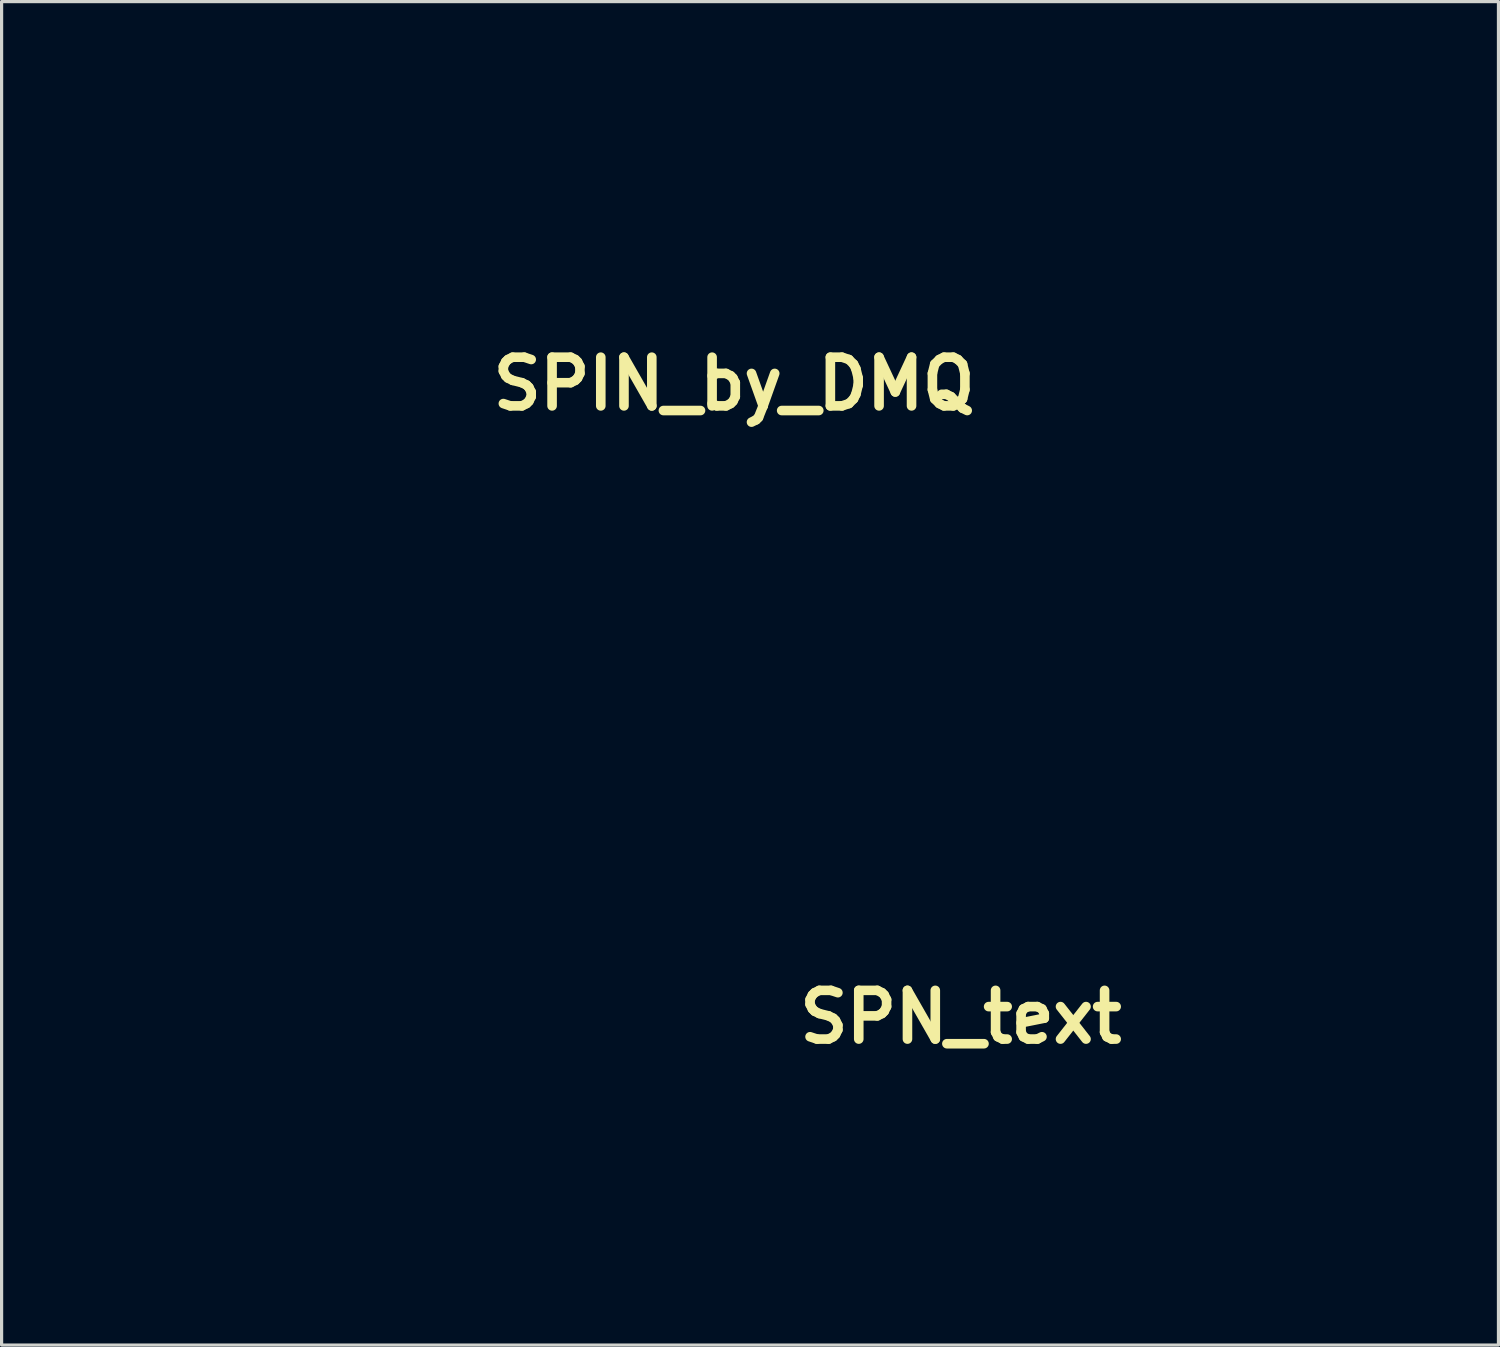
<source format=kicad_pcb>
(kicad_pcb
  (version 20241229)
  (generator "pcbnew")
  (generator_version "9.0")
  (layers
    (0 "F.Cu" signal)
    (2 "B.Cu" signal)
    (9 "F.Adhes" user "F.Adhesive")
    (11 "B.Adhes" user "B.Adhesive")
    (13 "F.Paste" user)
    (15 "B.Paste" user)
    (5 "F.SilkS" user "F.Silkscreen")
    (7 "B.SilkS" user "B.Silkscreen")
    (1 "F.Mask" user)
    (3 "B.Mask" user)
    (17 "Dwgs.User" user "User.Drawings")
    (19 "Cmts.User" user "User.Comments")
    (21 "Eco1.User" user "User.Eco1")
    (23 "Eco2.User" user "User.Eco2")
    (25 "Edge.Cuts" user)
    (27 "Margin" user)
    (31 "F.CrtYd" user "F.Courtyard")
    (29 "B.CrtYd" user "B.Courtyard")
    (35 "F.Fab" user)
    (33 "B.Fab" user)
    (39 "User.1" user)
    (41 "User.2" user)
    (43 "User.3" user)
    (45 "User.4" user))
  (footprint "SPN_text"
    (layer "F.Cu")
    (at 27.016 28.776)
    (property "Reference" "SPN_text" (at 0 0 0) (layer "F.SilkS") (effects (font (size 1.524 1.524) (thickness 0.3))))
    (attr through_hole)
    (fp_poly (pts (xy -24.005 1.998) (xy -24.027 -2.472) (xy -24.049 -6.943) (xy -27.011 -6.943) (xy -27.011 7.027) (xy -24.09 7.02) (xy -20.872 2.473) (xy -17.655 -2.074) (xy -17.633 2.477) (xy -17.611 7.027) (xy -14.649 7.027) (xy -14.649 -6.943) (xy -16.118 -6.943) (xy -17.587 -6.943) (xy -24.005 1.998)) (stroke (width 0.01) (type solid)) (fill no) (layer "Eco1.User"))
    (fp_poly (pts (xy -6.162 -6.923) (xy -6.943 -6.913) (xy -7.575 -6.903) (xy -8.078 -6.891) (xy -8.474 -6.876) (xy -8.781 -6.858) (xy -9.021 -6.834) (xy -9.214 -6.803) (xy -9.38 -6.764) (xy -9.54 -6.717) (xy -9.569 -6.707) (xy -10.348 -6.371) (xy -11.003 -5.923) (xy -11.528 -5.368) (xy -11.92 -4.712) (xy -12.174 -3.962) (xy -12.285 -3.125) (xy -12.29 -2.884) (xy -12.221 -1.966) (xy -12.016 -1.15) (xy -11.676 -0.433) (xy -11.198 0.184) (xy -10.582 0.705) (xy -9.827 1.129) (xy -9.031 1.43) (xy -8.635 1.527) (xy -8.211 1.592) (xy -7.931 1.609) (xy -7.549 1.619) (xy -7.114 1.642) (xy -6.839 1.664) (xy -6.267 1.718) (xy -6.267 7.027) (xy -3.304 7.027) (xy -3.304 -4.392) (xy -6.183 -4.392) (xy -6.183 -0.847) (xy -7.008 -0.849) (xy -7.471 -0.86) (xy -7.81 -0.897) (xy -8.069 -0.964) (xy -8.172 -1.007) (xy -8.608 -1.289) (xy -8.931 -1.66) (xy -9.139 -2.093) (xy -9.229 -2.557) (xy -9.199 -3.023) (xy -9.046 -3.463) (xy -8.767 -3.847) (xy -8.461 -4.088) (xy -8.038 -4.279) (xy -7.526 -4.412) (xy -6.997 -4.471) (xy -6.573 -4.451) (xy -6.183 -4.392) (xy -3.304 -4.392) (xy -3.304 -6.958) (xy -6.162 -6.923)) (stroke (width 0.01) (type solid)) (fill no) (layer "Eco1.User"))
    (fp_poly (pts (xy 2.034 -7.038) (xy 1.192 -6.802) (xy 0.409 -6.45) (xy -0.284 -5.987) (xy -0.338 -5.942) (xy -0.633 -5.695) (xy 0.286 -4.71) (xy 0.6 -4.376) (xy 0.873 -4.09) (xy 1.085 -3.874) (xy 1.215 -3.749) (xy 1.246 -3.725) (xy 1.334 -3.766) (xy 1.525 -3.873) (xy 1.774 -4.02) (xy 2.355 -4.347) (xy 2.841 -4.555) (xy 3.249 -4.649) (xy 3.601 -4.633) (xy 3.916 -4.512) (xy 3.952 -4.491) (xy 4.289 -4.194) (xy 4.511 -3.806) (xy 4.599 -3.37) (xy 4.556 -2.996) (xy 4.426 -2.683) (xy 4.206 -2.395) (xy 3.877 -2.117) (xy 3.421 -1.832) (xy 2.818 -1.526) (xy 2.796 -1.515) (xy 2.086 -1.176) (xy 1.512 -0.889) (xy 1.052 -0.64) (xy 0.686 -0.416) (xy 0.394 -0.202) (xy 0.154 0.015) (xy -0.055 0.248) (xy -0.249 0.507) (xy -0.591 1.059) (xy -0.811 1.585) (xy -0.927 2.146) (xy -0.958 2.794) (xy -0.938 3.318) (xy -0.878 3.735) (xy -0.778 4.085) (xy -0.423 4.833) (xy 0.067 5.504) (xy 0.67 6.087) (xy 1.365 6.567) (xy 2.129 6.931) (xy 2.939 7.166) (xy 3.774 7.259) (xy 4.443 7.222) (xy 4.967 7.112) (xy 5.554 6.919) (xy 6.134 6.668) (xy 6.183 6.644) (xy 6.451 6.492) (xy 6.778 6.282) (xy 7.13 6.038) (xy 7.471 5.787) (xy 7.768 5.554) (xy 7.985 5.363) (xy 8.079 5.257) (xy 8.041 5.175) (xy 7.913 4.991) (xy 7.716 4.731) (xy 7.473 4.421) (xy 7.202 4.087) (xy 6.927 3.755) (xy 6.668 3.45) (xy 6.447 3.2) (xy 6.285 3.029) (xy 6.202 2.963) (xy 6.201 2.963) (xy 6.125 3.016) (xy 5.956 3.154) (xy 5.73 3.35) (xy 5.684 3.391) (xy 5.115 3.832) (xy 4.561 4.134) (xy 4.035 4.294) (xy 3.55 4.307) (xy 3.119 4.17) (xy 3.003 4.101) (xy 2.549 3.721) (xy 2.258 3.318) (xy 2.131 2.903) (xy 2.164 2.485) (xy 2.357 2.076) (xy 2.707 1.685) (xy 3.214 1.324) (xy 3.461 1.189) (xy 3.758 1.049) (xy 4.148 0.88) (xy 4.564 0.708) (xy 4.731 0.643) (xy 5.392 0.371) (xy 5.914 0.114) (xy 6.324 -0.149) (xy 6.649 -0.439) (xy 6.915 -0.776) (xy 7.15 -1.18) (xy 7.162 -1.203) (xy 7.469 -1.986) (xy 7.611 -2.794) (xy 7.587 -3.611) (xy 7.399 -4.425) (xy 7.173 -4.976) (xy 6.872 -5.458) (xy 6.453 -5.934) (xy 5.966 -6.359) (xy 5.457 -6.686) (xy 5.365 -6.732) (xy 4.601 -7.004) (xy 3.771 -7.143) (xy 2.904 -7.153) (xy 2.034 -7.038)) (stroke (width 0.01) (type solid)) (fill no) (layer "Eco1.User")))
  (footprint "SPIN_by_DMQ"
    (layer "F.Cu")
    (at 19.923 8.962)
    (property "Reference" "SPIN_by_DMQ" (at 0 0 0) (layer "F.SilkS") (effects (font (size 1.524 1.524) (thickness 0.3))))
    (attr through_hole)
    (fp_poly (pts (xy 3.387 8.89) (xy 2.794 8.89) (xy 2.794 7.112) (xy 3.387 7.112) (xy 3.387 8.89)) (stroke (width 0.01) (type solid)) (fill no) (layer "Eco1.User"))
    (fp_poly (pts (xy 5.927 5.249) (xy 2.879 5.249) (xy 2.879 -8.721) (xy 5.927 -8.721) (xy 5.927 5.249)) (stroke (width 0.01) (type solid)) (fill no) (layer "Eco1.User"))
    (fp_poly (pts (xy 3.151 6.13) (xy 3.319 6.262) (xy 3.335 6.287) (xy 3.383 6.47) (xy 3.335 6.583) (xy 3.171 6.728) (xy 2.977 6.749) (xy 2.817 6.642) (xy 2.797 6.609) (xy 2.748 6.392) (xy 2.821 6.222) (xy 2.97 6.126) (xy 3.151 6.13)) (stroke (width 0.01) (type solid)) (fill no) (layer "Eco1.User"))
    (fp_poly (pts (xy 11.556 -8.678) (xy 14.732 -4.255) (xy 17.907 0.169) (xy 17.951 -8.721) (xy 20.913 -8.721) (xy 20.913 5.249) (xy 17.979 5.249) (xy 11.642 -3.679) (xy 11.62 0.785) (xy 11.598 5.249) (xy 8.551 5.249) (xy 8.551 -8.725) (xy 11.556 -8.678)) (stroke (width 0.01) (type solid)) (fill no) (layer "Eco1.User"))
    (fp_poly (pts (xy -17.143 7.124) (xy -17.023 7.186) (xy -16.915 7.332) (xy -16.788 7.578) (xy -16.661 7.822) (xy -16.561 7.99) (xy -16.514 8.042) (xy -16.458 7.97) (xy -16.362 7.785) (xy -16.267 7.576) (xy -16.146 7.316) (xy -16.046 7.177) (xy -15.929 7.121) (xy -15.784 7.112) (xy -15.503 7.112) (xy -16.049 8.353) (xy -16.233 8.775) (xy -16.391 9.138) (xy -16.511 9.418) (xy -16.581 9.586) (xy -16.595 9.623) (xy -16.669 9.642) (xy -16.852 9.652) (xy -16.889 9.652) (xy -17.184 9.652) (xy -16.789 8.763) (xy -17.201 7.938) (xy -17.612 7.112) (xy -17.314 7.112) (xy -17.143 7.124)) (stroke (width 0.01) (type solid)) (fill no) (layer "Eco1.User"))
    (fp_poly (pts (xy 7.44 7.08) (xy 7.617 7.213) (xy 7.702 7.329) (xy 7.755 7.482) (xy 7.781 7.713) (xy 7.789 8.063) (xy 7.789 8.144) (xy 7.789 8.89) (xy 7.281 8.89) (xy 7.281 8.314) (xy 7.255 7.887) (xy 7.18 7.603) (xy 7.058 7.471) (xy 6.893 7.497) (xy 6.884 7.502) (xy 6.801 7.588) (xy 6.748 7.745) (xy 6.718 8.012) (xy 6.706 8.243) (xy 6.682 8.89) (xy 6.096 8.89) (xy 6.096 7.112) (xy 6.392 7.112) (xy 6.588 7.134) (xy 6.686 7.19) (xy 6.689 7.201) (xy 6.746 7.226) (xy 6.877 7.159) (xy 7.166 7.039) (xy 7.44 7.08)) (stroke (width 0.01) (type solid)) (fill no) (layer "Eco1.User"))
    (fp_poly (pts (xy -12.905 6.211) (xy -12.536 6.317) (xy -12.238 6.517) (xy -11.99 6.799) (xy -11.859 7.092) (xy -11.806 7.466) (xy -11.831 7.853) (xy -11.934 8.182) (xy -11.99 8.272) (xy -12.261 8.575) (xy -12.563 8.766) (xy -12.941 8.864) (xy -13.39 8.89) (xy -14.055 8.89) (xy -14.055 8.32) (xy -13.462 8.32) (xy -13.103 8.271) (xy -12.786 8.181) (xy -12.595 8.039) (xy -12.492 7.824) (xy -12.446 7.551) (xy -12.446 7.535) (xy -12.509 7.184) (xy -12.699 6.944) (xy -13.018 6.813) (xy -13.103 6.799) (xy -13.462 6.751) (xy -13.462 8.32) (xy -14.055 8.32) (xy -14.055 6.181) (xy -13.39 6.181) (xy -12.905 6.211)) (stroke (width 0.01) (type solid)) (fill no) (layer "Eco1.User"))
    (fp_poly (pts (xy -2.576 6.211) (xy -2.206 6.317) (xy -1.908 6.517) (xy -1.66 6.799) (xy -1.529 7.092) (xy -1.476 7.466) (xy -1.502 7.853) (xy -1.605 8.182) (xy -1.66 8.272) (xy -1.932 8.575) (xy -2.234 8.766) (xy -2.611 8.864) (xy -3.061 8.89) (xy -3.725 8.89) (xy -3.725 8.32) (xy -3.133 8.32) (xy -2.774 8.271) (xy -2.457 8.181) (xy -2.266 8.039) (xy -2.162 7.824) (xy -2.117 7.551) (xy -2.117 7.535) (xy -2.179 7.184) (xy -2.369 6.944) (xy -2.689 6.813) (xy -2.774 6.799) (xy -3.133 6.751) (xy -3.133 8.32) (xy -3.725 8.32) (xy -3.725 6.181) (xy -3.061 6.181) (xy -2.576 6.211)) (stroke (width 0.01) (type solid)) (fill no) (layer "Eco1.User"))
    (fp_poly (pts (xy 0.086 7.103) (xy 0.359 7.311) (xy 0.561 7.631) (xy 0.631 7.854) (xy 0.691 8.128) (xy 0.049 8.128) (xy -0.328 8.144) (xy -0.545 8.194) (xy -0.608 8.282) (xy -0.524 8.414) (xy -0.457 8.474) (xy -0.336 8.538) (xy -0.192 8.507) (xy -0.074 8.445) (xy 0.152 8.353) (xy 0.361 8.376) (xy 0.404 8.391) (xy 0.635 8.479) (xy 0.358 8.727) (xy 0.02 8.932) (xy -0.339 8.977) (xy -0.691 8.861) (xy -0.837 8.758) (xy -1.079 8.455) (xy -1.177 8.099) (xy -1.131 7.727) (xy -1.108 7.684) (xy -0.584 7.684) (xy -0.532 7.759) (xy -0.326 7.788) (xy -0.251 7.789) (xy -0.038 7.782) (xy 0.04 7.744) (xy 0.017 7.653) (xy 0 7.62) (xy -0.157 7.476) (xy -0.358 7.469) (xy -0.491 7.552) (xy -0.584 7.684) (xy -1.108 7.684) (xy -0.942 7.375) (xy -0.849 7.27) (xy -0.549 7.07) (xy -0.227 7.018) (xy 0.086 7.103)) (stroke (width 0.01) (type solid)) (fill no) (layer "Eco1.User"))
    (fp_poly (pts (xy 1.866 7.058) (xy 2.08 7.132) (xy 2.24 7.224) (xy 2.286 7.291) (xy 2.215 7.402) (xy 2.051 7.464) (xy 1.87 7.451) (xy 1.835 7.436) (xy 1.668 7.398) (xy 1.561 7.453) (xy 1.55 7.557) (xy 1.64 7.65) (xy 1.82 7.763) (xy 2.044 7.906) (xy 2.063 7.919) (xy 2.285 8.131) (xy 2.364 8.361) (xy 2.323 8.584) (xy 2.183 8.775) (xy 1.966 8.909) (xy 1.694 8.961) (xy 1.389 8.906) (xy 1.259 8.847) (xy 1.046 8.69) (xy 0.994 8.543) (xy 1.107 8.417) (xy 1.156 8.391) (xy 1.327 8.341) (xy 1.453 8.407) (xy 1.525 8.487) (xy 1.656 8.611) (xy 1.756 8.601) (xy 1.785 8.576) (xy 1.846 8.462) (xy 1.781 8.343) (xy 1.643 8.234) (xy 1.567 8.213) (xy 1.365 8.141) (xy 1.171 7.966) (xy 1.041 7.747) (xy 1.016 7.62) (xy 1.091 7.377) (xy 1.282 7.168) (xy 1.535 7.043) (xy 1.658 7.027) (xy 1.866 7.058)) (stroke (width 0.01) (type solid)) (fill no) (layer "Eco1.User"))
    (fp_poly (pts (xy -18.65 6.206) (xy -18.338 6.289) (xy -18.133 6.442) (xy -18.027 6.621) (xy -17.969 6.833) (xy -18.006 7.033) (xy -18.055 7.145) (xy -18.135 7.334) (xy -18.13 7.435) (xy -18.039 7.512) (xy -18.036 7.515) (xy -17.863 7.713) (xy -17.774 8.004) (xy -17.788 8.326) (xy -17.796 8.36) (xy -17.914 8.601) (xy -18.13 8.763) (xy -18.465 8.857) (xy -18.94 8.89) (xy -19.003 8.89) (xy -19.643 8.89) (xy -19.643 8.086) (xy -19.05 8.086) (xy -19.039 8.323) (xy -18.994 8.435) (xy -18.894 8.466) (xy -18.875 8.467) (xy -18.652 8.426) (xy -18.536 8.379) (xy -18.388 8.23) (xy -18.371 8.048) (xy -18.467 7.874) (xy -18.654 7.746) (xy -18.875 7.705) (xy -18.984 7.728) (xy -19.036 7.827) (xy -19.05 8.045) (xy -19.05 8.086) (xy -19.643 8.086) (xy -19.643 6.943) (xy -19.05 6.943) (xy -19.016 7.191) (xy -18.917 7.285) (xy -18.758 7.221) (xy -18.675 7.148) (xy -18.565 7.022) (xy -18.56 6.914) (xy -18.63 6.768) (xy -18.77 6.635) (xy -18.884 6.604) (xy -18.993 6.633) (xy -19.041 6.751) (xy -19.05 6.943) (xy -19.643 6.943) (xy -19.643 6.181) (xy -19.096 6.181) (xy -18.65 6.206)) (stroke (width 0.01) (type solid)) (fill no) (layer "Eco1.User"))
    (fp_poly (pts (xy -5.567 -8.701) (xy -4.772 -8.692) (xy -4.127 -8.684) (xy -3.612 -8.674) (xy -3.209 -8.661) (xy -2.897 -8.645) (xy -2.658 -8.624) (xy -2.471 -8.596) (xy -2.318 -8.562) (xy -2.178 -8.518) (xy -2.081 -8.483) (xy -1.32 -8.117) (xy -0.677 -7.636) (xy -0.158 -7.055) (xy 0.229 -6.386) (xy 0.479 -5.644) (xy 0.583 -4.842) (xy 0.537 -3.993) (xy 0.425 -3.436) (xy 0.164 -2.658) (xy -0.198 -1.995) (xy -0.673 -1.435) (xy -1.274 -0.966) (xy -2.014 -0.573) (xy -2.633 -0.334) (xy -2.938 -0.246) (xy -3.282 -0.182) (xy -3.706 -0.139) (xy -4.252 -0.108) (xy -4.339 -0.105) (xy -5.503 -0.061) (xy -5.503 5.249) (xy -8.551 5.249) (xy -8.551 -2.625) (xy -5.503 -2.625) (xy -4.847 -2.625) (xy -4.485 -2.635) (xy -4.152 -2.664) (xy -3.915 -2.704) (xy -3.903 -2.707) (xy -3.43 -2.919) (xy -3.05 -3.239) (xy -2.773 -3.639) (xy -2.609 -4.09) (xy -2.568 -4.562) (xy -2.659 -5.026) (xy -2.894 -5.453) (xy -2.934 -5.503) (xy -3.22 -5.78) (xy -3.558 -5.972) (xy -3.983 -6.093) (xy -4.529 -6.156) (xy -4.678 -6.164) (xy -5.503 -6.2) (xy -5.503 -2.625) (xy -8.551 -2.625) (xy -8.551 -8.732) (xy -5.567 -8.701)) (stroke (width 0.01) (type solid)) (fill no) (layer "Eco1.User"))
    (fp_poly (pts (xy -6.217 6.191) (xy -5.832 6.39) (xy -5.529 6.693) (xy -5.492 6.75) (xy -5.337 7.143) (xy -5.294 7.594) (xy -5.365 8.036) (xy -5.489 8.316) (xy -5.601 8.507) (xy -5.625 8.617) (xy -5.563 8.707) (xy -5.505 8.762) (xy -5.389 8.912) (xy -5.429 9.037) (xy -5.579 9.139) (xy -5.746 9.164) (xy -5.87 9.08) (xy -6.015 8.995) (xy -6.259 8.949) (xy -6.597 8.936) (xy -6.962 8.92) (xy -7.214 8.869) (xy -7.405 8.771) (xy -7.423 8.758) (xy -7.668 8.502) (xy -7.877 8.15) (xy -8.012 7.774) (xy -8.043 7.535) (xy -7.361 7.535) (xy -7.304 7.928) (xy -7.129 8.198) (xy -6.838 8.346) (xy -6.612 8.375) (xy -6.472 8.369) (xy -6.478 8.309) (xy -6.549 8.227) (xy -6.668 8.068) (xy -6.653 7.965) (xy -6.512 7.87) (xy -6.34 7.823) (xy -6.184 7.913) (xy -6.066 8.004) (xy -6.006 7.975) (xy -5.979 7.913) (xy -5.918 7.54) (xy -6.004 7.18) (xy -6.174 6.936) (xy -6.449 6.737) (xy -6.726 6.701) (xy -6.969 6.787) (xy -7.206 6.965) (xy -7.328 7.207) (xy -7.361 7.535) (xy -8.043 7.535) (xy -7.984 7.195) (xy -7.829 6.825) (xy -7.616 6.498) (xy -7.436 6.322) (xy -7.062 6.148) (xy -6.642 6.107) (xy -6.217 6.191)) (stroke (width 0.01) (type solid)) (fill no) (layer "Eco1.User"))
    (fp_poly (pts (xy 4.726 7.077) (xy 4.892 7.159) (xy 5.028 7.227) (xy 5.08 7.201) (xy 5.154 7.139) (xy 5.331 7.112) (xy 5.334 7.112) (xy 5.588 7.112) (xy 5.588 8.121) (xy 5.584 8.529) (xy 5.572 8.882) (xy 5.555 9.142) (xy 5.535 9.267) (xy 5.387 9.44) (xy 5.118 9.572) (xy 4.772 9.644) (xy 4.612 9.652) (xy 4.334 9.63) (xy 4.132 9.539) (xy 3.952 9.377) (xy 3.683 9.102) (xy 4.009 9.075) (xy 4.333 9.102) (xy 4.49 9.188) (xy 4.696 9.283) (xy 4.895 9.233) (xy 5.032 9.056) (xy 5.048 9.007) (xy 5.066 8.81) (xy 5.01 8.729) (xy 4.895 8.788) (xy 4.892 8.79) (xy 4.703 8.875) (xy 4.44 8.876) (xy 4.174 8.794) (xy 4.108 8.756) (xy 3.91 8.539) (xy 3.781 8.226) (xy 3.753 7.959) (xy 4.318 7.959) (xy 4.382 8.154) (xy 4.533 8.318) (xy 4.699 8.382) (xy 4.848 8.326) (xy 4.947 8.249) (xy 5.056 8.072) (xy 5.08 7.959) (xy 5.016 7.764) (xy 4.865 7.6) (xy 4.699 7.535) (xy 4.524 7.607) (xy 4.376 7.774) (xy 4.318 7.959) (xy 3.753 7.959) (xy 3.745 7.884) (xy 3.76 7.764) (xy 3.874 7.482) (xy 4.073 7.235) (xy 4.31 7.07) (xy 4.484 7.027) (xy 4.726 7.077)) (stroke (width 0.01) (type solid)) (fill no) (layer "Eco1.User"))
    (fp_poly (pts (xy -10.176 6.964) (xy -9.932 7.747) (xy -9.686 6.965) (xy -9.44 6.183) (xy -9.081 6.182) (xy -8.861 6.195) (xy -8.733 6.23) (xy -8.721 6.248) (xy -8.71 6.362) (xy -8.682 6.606) (xy -8.642 6.939) (xy -8.594 7.324) (xy -8.543 7.721) (xy -8.494 8.092) (xy -8.452 8.397) (xy -8.423 8.598) (xy -8.42 8.615) (xy -8.401 8.8) (xy -8.459 8.875) (xy -8.637 8.89) (xy -8.664 8.89) (xy -8.791 8.885) (xy -8.883 8.855) (xy -8.948 8.772) (xy -8.997 8.612) (xy -9.039 8.348) (xy -9.082 7.956) (xy -9.11 7.679) (xy -9.147 7.404) (xy -9.188 7.221) (xy -9.225 7.168) (xy -9.228 7.171) (xy -9.275 7.277) (xy -9.356 7.507) (xy -9.458 7.824) (xy -9.53 8.065) (xy -9.67 8.505) (xy -9.789 8.783) (xy -9.898 8.899) (xy -10.007 8.852) (xy -10.125 8.641) (xy -10.262 8.265) (xy -10.344 8.003) (xy -10.457 7.65) (xy -10.553 7.37) (xy -10.622 7.195) (xy -10.652 7.152) (xy -10.676 7.246) (xy -10.713 7.471) (xy -10.756 7.788) (xy -10.784 8.018) (xy -10.88 8.848) (xy -11.155 8.874) (xy -11.349 8.873) (xy -11.424 8.805) (xy -11.43 8.747) (xy -11.421 8.611) (xy -11.395 8.341) (xy -11.356 7.973) (xy -11.308 7.542) (xy -11.29 7.387) (xy -11.149 6.181) (xy -10.42 6.181) (xy -10.176 6.964)) (stroke (width 0.01) (type solid)) (fill no) (layer "Eco1.User"))
    (fp_poly (pts (xy -14.527 -8.955) (xy -13.68 -8.83) (xy -12.855 -8.577) (xy -12.107 -8.214) (xy -11.805 -8.023) (xy -11.536 -7.83) (xy -11.357 -7.676) (xy -11.354 -7.673) (xy -11.151 -7.456) (xy -11.626 -6.924) (xy -11.927 -6.588) (xy -12.26 -6.218) (xy -12.551 -5.895) (xy -13.001 -5.398) (xy -13.537 -5.744) (xy -14.174 -6.109) (xy -14.731 -6.326) (xy -15.21 -6.395) (xy -15.611 -6.317) (xy -15.938 -6.09) (xy -16.176 -5.748) (xy -16.331 -5.287) (xy -16.32 -4.846) (xy -16.147 -4.428) (xy -15.814 -4.042) (xy -15.325 -3.691) (xy -14.952 -3.498) (xy -14.198 -3.145) (xy -13.582 -2.845) (xy -13.084 -2.586) (xy -12.685 -2.357) (xy -12.365 -2.147) (xy -12.105 -1.944) (xy -11.915 -1.769) (xy -11.401 -1.143) (xy -11.036 -0.457) (xy -10.82 0.271) (xy -10.753 1.023) (xy -10.834 1.779) (xy -11.062 2.523) (xy -11.438 3.234) (xy -11.961 3.895) (xy -12.038 3.974) (xy -12.756 4.587) (xy -13.547 5.049) (xy -14.055 5.253) (xy -14.551 5.379) (xy -15.132 5.456) (xy -15.736 5.482) (xy -16.303 5.455) (xy -16.764 5.373) (xy -17.46 5.125) (xy -18.171 4.776) (xy -18.843 4.358) (xy -19.423 3.9) (xy -19.632 3.697) (xy -19.918 3.399) (xy -19.717 3.147) (xy -19.587 2.989) (xy -19.374 2.736) (xy -19.106 2.419) (xy -18.811 2.072) (xy -18.756 2.009) (xy -17.997 1.121) (xy -17.457 1.579) (xy -16.831 2.048) (xy -16.249 2.354) (xy -15.712 2.497) (xy -15.22 2.476) (xy -14.773 2.293) (xy -14.371 1.946) (xy -14.246 1.793) (xy -14.073 1.532) (xy -13.992 1.294) (xy -13.97 0.987) (xy -13.97 0.965) (xy -13.981 0.695) (xy -14.032 0.501) (xy -14.152 0.316) (xy -14.327 0.117) (xy -14.637 -0.155) (xy -15.061 -0.439) (xy -15.55 -0.706) (xy -16.052 -0.928) (xy -16.298 -1.015) (xy -16.762 -1.187) (xy -17.248 -1.411) (xy -17.71 -1.661) (xy -18.101 -1.911) (xy -18.359 -2.123) (xy -18.812 -2.691) (xy -19.137 -3.343) (xy -19.334 -4.054) (xy -19.404 -4.797) (xy -19.346 -5.546) (xy -19.163 -6.276) (xy -18.853 -6.961) (xy -18.418 -7.574) (xy -18.253 -7.751) (xy -17.658 -8.23) (xy -16.963 -8.592) (xy -16.193 -8.835) (xy -15.373 -8.957) (xy -14.527 -8.955)) (stroke (width 0.01) (type solid)) (fill no) (layer "Eco1.User")))
  (gr_rect
    (start -3 -3)
    (end 43.841 39.04)
    (stroke (width 0.1) (type default))
    (fill no)
    (layer "Edge.Cuts")))
</source>
